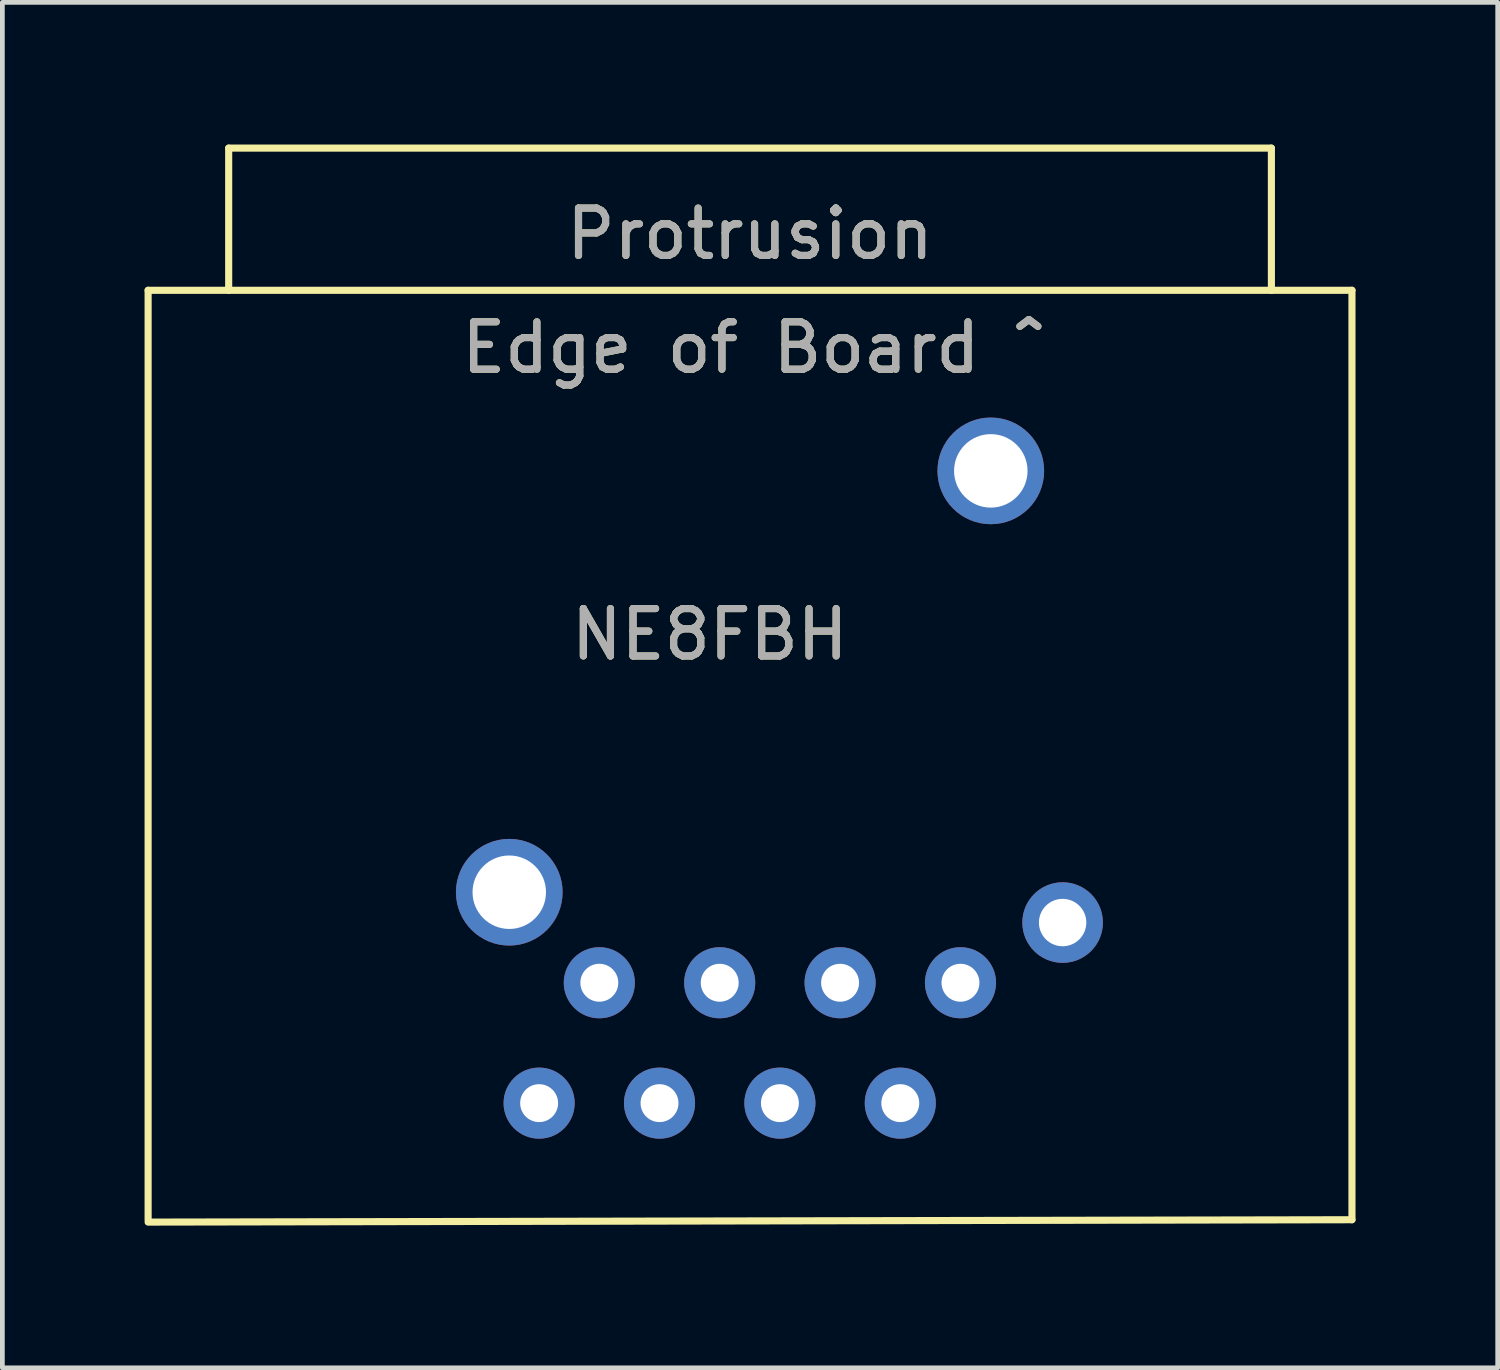
<source format=kicad_pcb>
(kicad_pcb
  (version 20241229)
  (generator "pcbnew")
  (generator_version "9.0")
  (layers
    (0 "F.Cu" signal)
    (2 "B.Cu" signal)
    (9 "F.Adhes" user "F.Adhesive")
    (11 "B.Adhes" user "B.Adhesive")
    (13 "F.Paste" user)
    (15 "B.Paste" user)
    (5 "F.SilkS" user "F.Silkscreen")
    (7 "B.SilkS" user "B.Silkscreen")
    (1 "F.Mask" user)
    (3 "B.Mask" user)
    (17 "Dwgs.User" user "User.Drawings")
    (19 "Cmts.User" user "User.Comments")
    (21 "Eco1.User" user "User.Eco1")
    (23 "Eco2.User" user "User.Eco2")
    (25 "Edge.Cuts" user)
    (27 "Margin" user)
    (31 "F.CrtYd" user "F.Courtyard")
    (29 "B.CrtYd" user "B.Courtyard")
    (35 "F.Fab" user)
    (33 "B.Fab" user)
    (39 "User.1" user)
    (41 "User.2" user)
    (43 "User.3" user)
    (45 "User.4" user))
  (footprint "NE8FBH"
    (layer "F.Cu")
    (at 12.775 17.685)
    (property "Reference" "NE8FBH" (at -0.85 -7.35 180) (layer "F.SilkS") (effects (font (size 1 1) (thickness 0.15))))
    (attr through_hole)
    (fp_line (start -12.7 -14.61) (end -12.7 5) (stroke (width 0.15) (type solid)) (layer "F.SilkS"))
    (fp_line (start -12.7 -14.61) (end 12.7 -14.61) (stroke (width 0.15) (type solid)) (layer "F.SilkS"))
    (fp_line (start -11 -17.61) (end -11 -14.61) (stroke (width 0.15) (type solid)) (layer "F.SilkS"))
    (fp_line (start 11 -17.61) (end -11 -17.61) (stroke (width 0.15) (type solid)) (layer "F.SilkS"))
    (fp_line (start 11 -17.61) (end 11 -14.61) (stroke (width 0.15) (type solid)) (layer "F.SilkS"))
    (fp_line (start 12.7 -14.61) (end 12.7 5) (stroke (width 0.15) (type solid)) (layer "F.SilkS"))
    (fp_line (start 12.7 5) (end -12.7 5.05) (stroke (width 0.15) (type solid)) (layer "F.SilkS"))
    (fp_text user "Edge of Board ^" (at 0.05 -13.4 0) (layer "F.SilkS") (effects (font (size 1 1) (thickness 0.15))))
    (fp_text user "Protrusion" (at 0 -15.8 0) (layer "F.SilkS") (effects (font (size 1 1) (thickness 0.15))))
    (fp_text user "Protrusion" (at 0 -15.8 0) (layer "F.Fab") (effects (font (size 1 1) (thickness 0.15))))
    (fp_text user "${REFERENCE}" (at -0.85 -7.35 0) (layer "F.Fab") (effects (font (size 1 1) (thickness 0.15))))
    (fp_text user "Edge of Board ^" (at 0.05 -13.4 0) (layer "F.Fab") (effects (font (size 1 1) (thickness 0.15))))
    (pad "1" thru_hole circle (at 4.44 0) (size 1.5 1.5) (drill 0.8) (layers "*.Cu" "*.Mask"))
    (pad "2" thru_hole circle (at 3.17 2.54) (size 1.5 1.5) (drill 0.8) (layers "*.Cu" "*.Mask"))
    (pad "3" thru_hole circle (at 1.9 0) (size 1.5 1.5) (drill 0.8) (layers "*.Cu" "*.Mask"))
    (pad "4" thru_hole circle (at 0.63 2.54) (size 1.5 1.5) (drill 0.8) (layers "*.Cu" "*.Mask"))
    (pad "5" thru_hole circle (at -0.64 0) (size 1.5 1.5) (drill 0.8) (layers "*.Cu" "*.Mask"))
    (pad "6" thru_hole circle (at -1.91 2.54) (size 1.5 1.5) (drill 0.8) (layers "*.Cu" "*.Mask"))
    (pad "7" thru_hole circle (at -3.18 0) (size 1.5 1.5) (drill 0.8) (layers "*.Cu" "*.Mask"))
    (pad "8" thru_hole circle (at -4.45 2.54) (size 1.5 1.5) (drill 0.8) (layers "*.Cu" "*.Mask"))
    (pad "13" thru_hole circle (at -5.08 -1.91) (size 2.25 2.25) (drill 1.55) (layers "*.Cu" "*.Mask"))
    (pad "13" thru_hole circle (at 5.08 -10.8) (size 2.25 2.25) (drill 1.55) (layers "*.Cu" "*.Mask"))
    (pad "13" thru_hole circle (at 6.595 -1.27) (size 1.7 1.7) (drill 1) (layers "*.Cu" "*.Mask")))
  (gr_rect
    (start -3 -3)
    (end 28.55 25.81)
    (stroke (width 0.1) (type default))
    (fill no)
    (layer "Edge.Cuts")))
</source>
